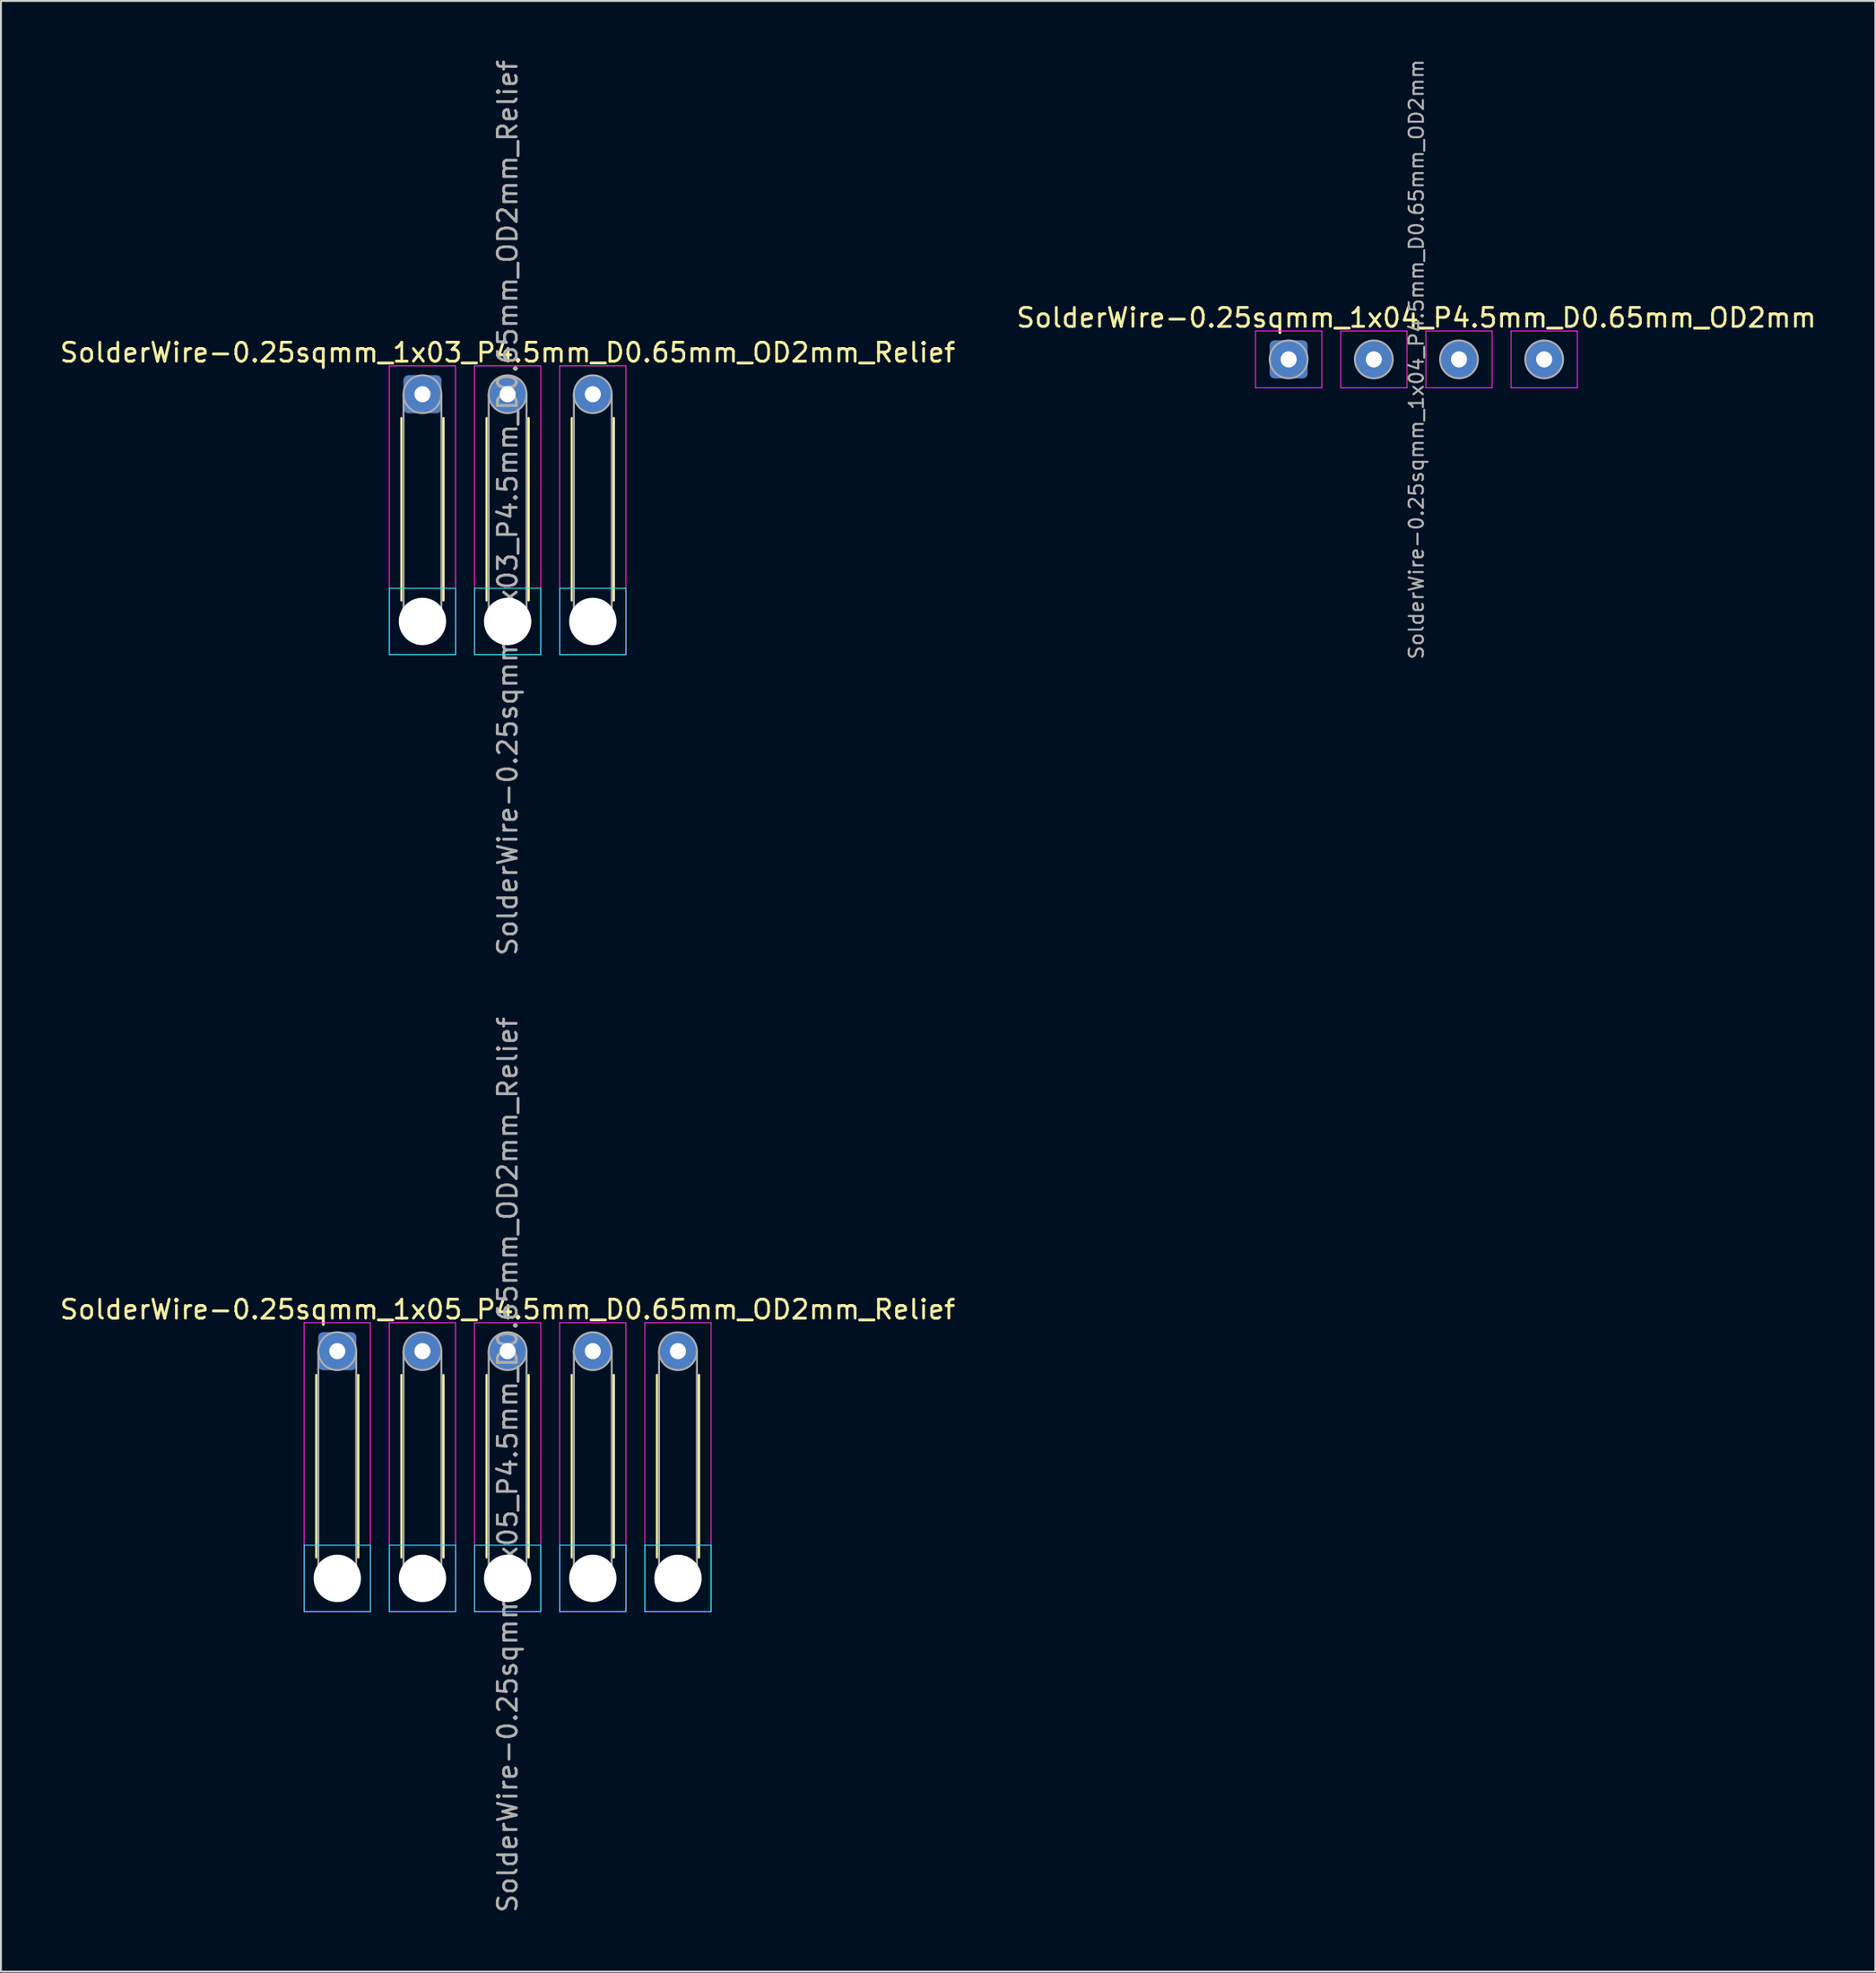
<source format=kicad_pcb>
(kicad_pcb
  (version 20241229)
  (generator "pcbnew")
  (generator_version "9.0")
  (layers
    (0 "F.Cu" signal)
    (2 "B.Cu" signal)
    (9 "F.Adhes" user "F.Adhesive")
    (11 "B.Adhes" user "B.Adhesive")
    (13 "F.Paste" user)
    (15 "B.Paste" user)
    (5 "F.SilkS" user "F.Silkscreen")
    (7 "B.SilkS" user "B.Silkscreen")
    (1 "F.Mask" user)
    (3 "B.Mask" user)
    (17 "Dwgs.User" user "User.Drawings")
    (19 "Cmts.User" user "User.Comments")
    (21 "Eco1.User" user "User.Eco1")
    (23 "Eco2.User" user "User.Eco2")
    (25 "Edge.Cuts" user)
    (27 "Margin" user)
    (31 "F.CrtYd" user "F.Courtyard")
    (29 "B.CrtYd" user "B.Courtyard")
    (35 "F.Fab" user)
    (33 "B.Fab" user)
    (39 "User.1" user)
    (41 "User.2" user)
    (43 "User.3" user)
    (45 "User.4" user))
  (footprint "SolderWire-0.25sqmm_1x03_P4.5mm_D0.65mm_OD2mm_Relief"
    (layer "F.Cu")
    (at 19.268 17.768)
    (property "Reference" "SolderWire-0.25sqmm_1x03_P4.5mm_D0.65mm_OD2mm_Relief" (at 4.5 -2.2 0) (layer "F.SilkS") (effects (font (size 1 1) (thickness 0.15))))
    (attr exclude_from_pos_files exclude_from_bom)
    (fp_line (start -1.11 1.26) (end -1.11 10.89) (stroke (width 0.12) (type solid)) (layer "F.SilkS"))
    (fp_line (start 1.11 1.26) (end 1.11 10.89) (stroke (width 0.12) (type solid)) (layer "F.SilkS"))
    (fp_line (start 3.39 1.26) (end 3.39 10.89) (stroke (width 0.12) (type solid)) (layer "F.SilkS"))
    (fp_line (start 5.61 1.26) (end 5.61 10.89) (stroke (width 0.12) (type solid)) (layer "F.SilkS"))
    (fp_line (start 7.89 1.26) (end 7.89 10.89) (stroke (width 0.12) (type solid)) (layer "F.SilkS"))
    (fp_line (start 10.11 1.26) (end 10.11 10.89) (stroke (width 0.12) (type solid)) (layer "F.SilkS"))
    (fp_line (start -1.75 10.25) (end -1.75 13.75) (stroke (width 0.05) (type solid)) (layer "B.CrtYd"))
    (fp_line (start -1.75 13.75) (end 1.75 13.75) (stroke (width 0.05) (type solid)) (layer "B.CrtYd"))
    (fp_line (start 1.75 10.25) (end -1.75 10.25) (stroke (width 0.05) (type solid)) (layer "B.CrtYd"))
    (fp_line (start 1.75 13.75) (end 1.75 10.25) (stroke (width 0.05) (type solid)) (layer "B.CrtYd"))
    (fp_line (start 2.75 10.25) (end 2.75 13.75) (stroke (width 0.05) (type solid)) (layer "B.CrtYd"))
    (fp_line (start 2.75 13.75) (end 6.25 13.75) (stroke (width 0.05) (type solid)) (layer "B.CrtYd"))
    (fp_line (start 6.25 10.25) (end 2.75 10.25) (stroke (width 0.05) (type solid)) (layer "B.CrtYd"))
    (fp_line (start 6.25 13.75) (end 6.25 10.25) (stroke (width 0.05) (type solid)) (layer "B.CrtYd"))
    (fp_line (start 7.25 10.25) (end 7.25 13.75) (stroke (width 0.05) (type solid)) (layer "B.CrtYd"))
    (fp_line (start 7.25 13.75) (end 10.75 13.75) (stroke (width 0.05) (type solid)) (layer "B.CrtYd"))
    (fp_line (start 10.75 10.25) (end 7.25 10.25) (stroke (width 0.05) (type solid)) (layer "B.CrtYd"))
    (fp_line (start 10.75 13.75) (end 10.75 10.25) (stroke (width 0.05) (type solid)) (layer "B.CrtYd"))
    (fp_line (start -1.75 -1.5) (end -1.75 13.75) (stroke (width 0.05) (type solid)) (layer "F.CrtYd"))
    (fp_line (start -1.75 13.75) (end 1.75 13.75) (stroke (width 0.05) (type solid)) (layer "F.CrtYd"))
    (fp_line (start 1.75 -1.5) (end -1.75 -1.5) (stroke (width 0.05) (type solid)) (layer "F.CrtYd"))
    (fp_line (start 1.75 13.75) (end 1.75 -1.5) (stroke (width 0.05) (type solid)) (layer "F.CrtYd"))
    (fp_line (start 2.75 -1.5) (end 2.75 13.75) (stroke (width 0.05) (type solid)) (layer "F.CrtYd"))
    (fp_line (start 2.75 13.75) (end 6.25 13.75) (stroke (width 0.05) (type solid)) (layer "F.CrtYd"))
    (fp_line (start 6.25 -1.5) (end 2.75 -1.5) (stroke (width 0.05) (type solid)) (layer "F.CrtYd"))
    (fp_line (start 6.25 13.75) (end 6.25 -1.5) (stroke (width 0.05) (type solid)) (layer "F.CrtYd"))
    (fp_line (start 7.25 -1.5) (end 7.25 13.75) (stroke (width 0.05) (type solid)) (layer "F.CrtYd"))
    (fp_line (start 7.25 13.75) (end 10.75 13.75) (stroke (width 0.05) (type solid)) (layer "F.CrtYd"))
    (fp_line (start 10.75 -1.5) (end 7.25 -1.5) (stroke (width 0.05) (type solid)) (layer "F.CrtYd"))
    (fp_line (start 10.75 13.75) (end 10.75 -1.5) (stroke (width 0.05) (type solid)) (layer "F.CrtYd"))
    (fp_line (start -1 0) (end -1 12) (stroke (width 0.1) (type solid)) (layer "F.Fab"))
    (fp_line (start 1 0) (end 1 12) (stroke (width 0.1) (type solid)) (layer "F.Fab"))
    (fp_line (start 3.5 0) (end 3.5 12) (stroke (width 0.1) (type solid)) (layer "F.Fab"))
    (fp_line (start 5.5 0) (end 5.5 12) (stroke (width 0.1) (type solid)) (layer "F.Fab"))
    (fp_line (start 8 0) (end 8 12) (stroke (width 0.1) (type solid)) (layer "F.Fab"))
    (fp_line (start 10 0) (end 10 12) (stroke (width 0.1) (type solid)) (layer "F.Fab"))
    (fp_circle (center 0 0) (end 1 0) (stroke (width 0.1) (type solid)) (fill no) (layer "F.Fab"))
    (fp_circle (center 0 12) (end 1 12) (stroke (width 0.1) (type solid)) (fill no) (layer "F.Fab"))
    (fp_circle (center 4.5 0) (end 5.5 0) (stroke (width 0.1) (type solid)) (fill no) (layer "F.Fab"))
    (fp_circle (center 4.5 12) (end 5.5 12) (stroke (width 0.1) (type solid)) (fill no) (layer "F.Fab"))
    (fp_circle (center 9 0) (end 10 0) (stroke (width 0.1) (type solid)) (fill no) (layer "F.Fab"))
    (fp_circle (center 9 12) (end 10 12) (stroke (width 0.1) (type solid)) (fill no) (layer "F.Fab"))
    (fp_text user "${REFERENCE}" (at 4.5 6 90) (layer "F.Fab") (effects (font (size 1 1) (thickness 0.15))))
    (pad "" np_thru_hole circle (at 0 12) (size 2.5 2.5) (drill 2.5) (layers "*.Cu" "*.Mask"))
    (pad "" np_thru_hole circle (at 4.5 12) (size 2.5 2.5) (drill 2.5) (layers "*.Cu" "*.Mask"))
    (pad "" np_thru_hole circle (at 9 12) (size 2.5 2.5) (drill 2.5) (layers "*.Cu" "*.Mask"))
    (pad "1" thru_hole roundrect (at 0 0) (size 2 2) (drill 0.85) (layers "*.Cu" "*.Mask") (roundrect_rratio 0.125))
    (pad "2" thru_hole circle (at 4.5 0) (size 2 2) (drill 0.85) (layers "*.Cu" "*.Mask"))
    (pad "3" thru_hole circle (at 9 0) (size 2 2) (drill 0.85) (layers "*.Cu" "*.Mask")))
  (footprint "SolderWire-0.25sqmm_1x04_P4.5mm_D0.65mm_OD2mm"
    (layer "F.Cu")
    (at 65.03 15.929)
    (property "Reference" "SolderWire-0.25sqmm_1x04_P4.5mm_D0.65mm_OD2mm" (at 6.75 -2.2 0) (layer "F.SilkS") (effects (font (size 1 1) (thickness 0.15))))
    (attr exclude_from_pos_files exclude_from_bom)
    (fp_line (start -1.75 -1.5) (end -1.75 1.5) (stroke (width 0.05) (type solid)) (layer "F.CrtYd"))
    (fp_line (start -1.75 1.5) (end 1.75 1.5) (stroke (width 0.05) (type solid)) (layer "F.CrtYd"))
    (fp_line (start 1.75 -1.5) (end -1.75 -1.5) (stroke (width 0.05) (type solid)) (layer "F.CrtYd"))
    (fp_line (start 1.75 1.5) (end 1.75 -1.5) (stroke (width 0.05) (type solid)) (layer "F.CrtYd"))
    (fp_line (start 2.75 -1.5) (end 2.75 1.5) (stroke (width 0.05) (type solid)) (layer "F.CrtYd"))
    (fp_line (start 2.75 1.5) (end 6.25 1.5) (stroke (width 0.05) (type solid)) (layer "F.CrtYd"))
    (fp_line (start 6.25 -1.5) (end 2.75 -1.5) (stroke (width 0.05) (type solid)) (layer "F.CrtYd"))
    (fp_line (start 6.25 1.5) (end 6.25 -1.5) (stroke (width 0.05) (type solid)) (layer "F.CrtYd"))
    (fp_line (start 7.25 -1.5) (end 7.25 1.5) (stroke (width 0.05) (type solid)) (layer "F.CrtYd"))
    (fp_line (start 7.25 1.5) (end 10.75 1.5) (stroke (width 0.05) (type solid)) (layer "F.CrtYd"))
    (fp_line (start 10.75 -1.5) (end 7.25 -1.5) (stroke (width 0.05) (type solid)) (layer "F.CrtYd"))
    (fp_line (start 10.75 1.5) (end 10.75 -1.5) (stroke (width 0.05) (type solid)) (layer "F.CrtYd"))
    (fp_line (start 11.75 -1.5) (end 11.75 1.5) (stroke (width 0.05) (type solid)) (layer "F.CrtYd"))
    (fp_line (start 11.75 1.5) (end 15.25 1.5) (stroke (width 0.05) (type solid)) (layer "F.CrtYd"))
    (fp_line (start 15.25 -1.5) (end 11.75 -1.5) (stroke (width 0.05) (type solid)) (layer "F.CrtYd"))
    (fp_line (start 15.25 1.5) (end 15.25 -1.5) (stroke (width 0.05) (type solid)) (layer "F.CrtYd"))
    (fp_circle (center 0 0) (end 1 0) (stroke (width 0.1) (type solid)) (fill no) (layer "F.Fab"))
    (fp_circle (center 4.5 0) (end 5.5 0) (stroke (width 0.1) (type solid)) (fill no) (layer "F.Fab"))
    (fp_circle (center 9 0) (end 10 0) (stroke (width 0.1) (type solid)) (fill no) (layer "F.Fab"))
    (fp_circle (center 13.5 0) (end 14.5 0) (stroke (width 0.1) (type solid)) (fill no) (layer "F.Fab"))
    (fp_text user "${REFERENCE}" (at 6.75 0 90) (layer "F.Fab") (effects (font (size 0.75 0.75) (thickness 0.11))))
    (pad "1" thru_hole roundrect (at 0 0) (size 2 2) (drill 0.85) (layers "*.Cu" "*.Mask") (roundrect_rratio 0.125))
    (pad "2" thru_hole circle (at 4.5 0) (size 2 2) (drill 0.85) (layers "*.Cu" "*.Mask"))
    (pad "3" thru_hole circle (at 9 0) (size 2 2) (drill 0.85) (layers "*.Cu" "*.Mask"))
    (pad "4" thru_hole circle (at 13.5 0) (size 2 2) (drill 0.85) (layers "*.Cu" "*.Mask")))
  (footprint "SolderWire-0.25sqmm_1x05_P4.5mm_D0.65mm_OD2mm_Relief"
    (layer "F.Cu")
    (at 14.768 68.304)
    (property "Reference" "SolderWire-0.25sqmm_1x05_P4.5mm_D0.65mm_OD2mm_Relief" (at 9 -2.2 0) (layer "F.SilkS") (effects (font (size 1 1) (thickness 0.15))))
    (attr exclude_from_pos_files exclude_from_bom)
    (fp_line (start -1.11 1.26) (end -1.11 10.89) (stroke (width 0.12) (type solid)) (layer "F.SilkS"))
    (fp_line (start 1.11 1.26) (end 1.11 10.89) (stroke (width 0.12) (type solid)) (layer "F.SilkS"))
    (fp_line (start 3.39 1.26) (end 3.39 10.89) (stroke (width 0.12) (type solid)) (layer "F.SilkS"))
    (fp_line (start 5.61 1.26) (end 5.61 10.89) (stroke (width 0.12) (type solid)) (layer "F.SilkS"))
    (fp_line (start 7.89 1.26) (end 7.89 10.89) (stroke (width 0.12) (type solid)) (layer "F.SilkS"))
    (fp_line (start 10.11 1.26) (end 10.11 10.89) (stroke (width 0.12) (type solid)) (layer "F.SilkS"))
    (fp_line (start 12.39 1.26) (end 12.39 10.89) (stroke (width 0.12) (type solid)) (layer "F.SilkS"))
    (fp_line (start 14.61 1.26) (end 14.61 10.89) (stroke (width 0.12) (type solid)) (layer "F.SilkS"))
    (fp_line (start 16.89 1.26) (end 16.89 10.89) (stroke (width 0.12) (type solid)) (layer "F.SilkS"))
    (fp_line (start 19.11 1.26) (end 19.11 10.89) (stroke (width 0.12) (type solid)) (layer "F.SilkS"))
    (fp_line (start -1.75 10.25) (end -1.75 13.75) (stroke (width 0.05) (type solid)) (layer "B.CrtYd"))
    (fp_line (start -1.75 13.75) (end 1.75 13.75) (stroke (width 0.05) (type solid)) (layer "B.CrtYd"))
    (fp_line (start 1.75 10.25) (end -1.75 10.25) (stroke (width 0.05) (type solid)) (layer "B.CrtYd"))
    (fp_line (start 1.75 13.75) (end 1.75 10.25) (stroke (width 0.05) (type solid)) (layer "B.CrtYd"))
    (fp_line (start 2.75 10.25) (end 2.75 13.75) (stroke (width 0.05) (type solid)) (layer "B.CrtYd"))
    (fp_line (start 2.75 13.75) (end 6.25 13.75) (stroke (width 0.05) (type solid)) (layer "B.CrtYd"))
    (fp_line (start 6.25 10.25) (end 2.75 10.25) (stroke (width 0.05) (type solid)) (layer "B.CrtYd"))
    (fp_line (start 6.25 13.75) (end 6.25 10.25) (stroke (width 0.05) (type solid)) (layer "B.CrtYd"))
    (fp_line (start 7.25 10.25) (end 7.25 13.75) (stroke (width 0.05) (type solid)) (layer "B.CrtYd"))
    (fp_line (start 7.25 13.75) (end 10.75 13.75) (stroke (width 0.05) (type solid)) (layer "B.CrtYd"))
    (fp_line (start 10.75 10.25) (end 7.25 10.25) (stroke (width 0.05) (type solid)) (layer "B.CrtYd"))
    (fp_line (start 10.75 13.75) (end 10.75 10.25) (stroke (width 0.05) (type solid)) (layer "B.CrtYd"))
    (fp_line (start 11.75 10.25) (end 11.75 13.75) (stroke (width 0.05) (type solid)) (layer "B.CrtYd"))
    (fp_line (start 11.75 13.75) (end 15.25 13.75) (stroke (width 0.05) (type solid)) (layer "B.CrtYd"))
    (fp_line (start 15.25 10.25) (end 11.75 10.25) (stroke (width 0.05) (type solid)) (layer "B.CrtYd"))
    (fp_line (start 15.25 13.75) (end 15.25 10.25) (stroke (width 0.05) (type solid)) (layer "B.CrtYd"))
    (fp_line (start 16.25 10.25) (end 16.25 13.75) (stroke (width 0.05) (type solid)) (layer "B.CrtYd"))
    (fp_line (start 16.25 13.75) (end 19.75 13.75) (stroke (width 0.05) (type solid)) (layer "B.CrtYd"))
    (fp_line (start 19.75 10.25) (end 16.25 10.25) (stroke (width 0.05) (type solid)) (layer "B.CrtYd"))
    (fp_line (start 19.75 13.75) (end 19.75 10.25) (stroke (width 0.05) (type solid)) (layer "B.CrtYd"))
    (fp_line (start -1.75 -1.5) (end -1.75 13.75) (stroke (width 0.05) (type solid)) (layer "F.CrtYd"))
    (fp_line (start -1.75 13.75) (end 1.75 13.75) (stroke (width 0.05) (type solid)) (layer "F.CrtYd"))
    (fp_line (start 1.75 -1.5) (end -1.75 -1.5) (stroke (width 0.05) (type solid)) (layer "F.CrtYd"))
    (fp_line (start 1.75 13.75) (end 1.75 -1.5) (stroke (width 0.05) (type solid)) (layer "F.CrtYd"))
    (fp_line (start 2.75 -1.5) (end 2.75 13.75) (stroke (width 0.05) (type solid)) (layer "F.CrtYd"))
    (fp_line (start 2.75 13.75) (end 6.25 13.75) (stroke (width 0.05) (type solid)) (layer "F.CrtYd"))
    (fp_line (start 6.25 -1.5) (end 2.75 -1.5) (stroke (width 0.05) (type solid)) (layer "F.CrtYd"))
    (fp_line (start 6.25 13.75) (end 6.25 -1.5) (stroke (width 0.05) (type solid)) (layer "F.CrtYd"))
    (fp_line (start 7.25 -1.5) (end 7.25 13.75) (stroke (width 0.05) (type solid)) (layer "F.CrtYd"))
    (fp_line (start 7.25 13.75) (end 10.75 13.75) (stroke (width 0.05) (type solid)) (layer "F.CrtYd"))
    (fp_line (start 10.75 -1.5) (end 7.25 -1.5) (stroke (width 0.05) (type solid)) (layer "F.CrtYd"))
    (fp_line (start 10.75 13.75) (end 10.75 -1.5) (stroke (width 0.05) (type solid)) (layer "F.CrtYd"))
    (fp_line (start 11.75 -1.5) (end 11.75 13.75) (stroke (width 0.05) (type solid)) (layer "F.CrtYd"))
    (fp_line (start 11.75 13.75) (end 15.25 13.75) (stroke (width 0.05) (type solid)) (layer "F.CrtYd"))
    (fp_line (start 15.25 -1.5) (end 11.75 -1.5) (stroke (width 0.05) (type solid)) (layer "F.CrtYd"))
    (fp_line (start 15.25 13.75) (end 15.25 -1.5) (stroke (width 0.05) (type solid)) (layer "F.CrtYd"))
    (fp_line (start 16.25 -1.5) (end 16.25 13.75) (stroke (width 0.05) (type solid)) (layer "F.CrtYd"))
    (fp_line (start 16.25 13.75) (end 19.75 13.75) (stroke (width 0.05) (type solid)) (layer "F.CrtYd"))
    (fp_line (start 19.75 -1.5) (end 16.25 -1.5) (stroke (width 0.05) (type solid)) (layer "F.CrtYd"))
    (fp_line (start 19.75 13.75) (end 19.75 -1.5) (stroke (width 0.05) (type solid)) (layer "F.CrtYd"))
    (fp_line (start -1 0) (end -1 12) (stroke (width 0.1) (type solid)) (layer "F.Fab"))
    (fp_line (start 1 0) (end 1 12) (stroke (width 0.1) (type solid)) (layer "F.Fab"))
    (fp_line (start 3.5 0) (end 3.5 12) (stroke (width 0.1) (type solid)) (layer "F.Fab"))
    (fp_line (start 5.5 0) (end 5.5 12) (stroke (width 0.1) (type solid)) (layer "F.Fab"))
    (fp_line (start 8 0) (end 8 12) (stroke (width 0.1) (type solid)) (layer "F.Fab"))
    (fp_line (start 10 0) (end 10 12) (stroke (width 0.1) (type solid)) (layer "F.Fab"))
    (fp_line (start 12.5 0) (end 12.5 12) (stroke (width 0.1) (type solid)) (layer "F.Fab"))
    (fp_line (start 14.5 0) (end 14.5 12) (stroke (width 0.1) (type solid)) (layer "F.Fab"))
    (fp_line (start 17 0) (end 17 12) (stroke (width 0.1) (type solid)) (layer "F.Fab"))
    (fp_line (start 19 0) (end 19 12) (stroke (width 0.1) (type solid)) (layer "F.Fab"))
    (fp_circle (center 0 0) (end 1 0) (stroke (width 0.1) (type solid)) (fill no) (layer "F.Fab"))
    (fp_circle (center 0 12) (end 1 12) (stroke (width 0.1) (type solid)) (fill no) (layer "F.Fab"))
    (fp_circle (center 4.5 0) (end 5.5 0) (stroke (width 0.1) (type solid)) (fill no) (layer "F.Fab"))
    (fp_circle (center 4.5 12) (end 5.5 12) (stroke (width 0.1) (type solid)) (fill no) (layer "F.Fab"))
    (fp_circle (center 9 0) (end 10 0) (stroke (width 0.1) (type solid)) (fill no) (layer "F.Fab"))
    (fp_circle (center 9 12) (end 10 12) (stroke (width 0.1) (type solid)) (fill no) (layer "F.Fab"))
    (fp_circle (center 13.5 0) (end 14.5 0) (stroke (width 0.1) (type solid)) (fill no) (layer "F.Fab"))
    (fp_circle (center 13.5 12) (end 14.5 12) (stroke (width 0.1) (type solid)) (fill no) (layer "F.Fab"))
    (fp_circle (center 18 0) (end 19 0) (stroke (width 0.1) (type solid)) (fill no) (layer "F.Fab"))
    (fp_circle (center 18 12) (end 19 12) (stroke (width 0.1) (type solid)) (fill no) (layer "F.Fab"))
    (fp_text user "${REFERENCE}" (at 9 6 90) (layer "F.Fab") (effects (font (size 1 1) (thickness 0.15))))
    (pad "" np_thru_hole circle (at 0 12) (size 2.5 2.5) (drill 2.5) (layers "*.Cu" "*.Mask"))
    (pad "" np_thru_hole circle (at 4.5 12) (size 2.5 2.5) (drill 2.5) (layers "*.Cu" "*.Mask"))
    (pad "" np_thru_hole circle (at 9 12) (size 2.5 2.5) (drill 2.5) (layers "*.Cu" "*.Mask"))
    (pad "" np_thru_hole circle (at 13.5 12) (size 2.5 2.5) (drill 2.5) (layers "*.Cu" "*.Mask"))
    (pad "" np_thru_hole circle (at 18 12) (size 2.5 2.5) (drill 2.5) (layers "*.Cu" "*.Mask"))
    (pad "1" thru_hole roundrect (at 0 0) (size 2 2) (drill 0.85) (layers "*.Cu" "*.Mask") (roundrect_rratio 0.125))
    (pad "2" thru_hole circle (at 4.5 0) (size 2 2) (drill 0.85) (layers "*.Cu" "*.Mask"))
    (pad "3" thru_hole circle (at 9 0) (size 2 2) (drill 0.85) (layers "*.Cu" "*.Mask"))
    (pad "4" thru_hole circle (at 13.5 0) (size 2 2) (drill 0.85) (layers "*.Cu" "*.Mask"))
    (pad "5" thru_hole circle (at 18 0) (size 2 2) (drill 0.85) (layers "*.Cu" "*.Mask")))
  (gr_rect
    (start -3 -3)
    (end 96.024 101.071)
    (stroke (width 0.1) (type default))
    (fill no)
    (layer "Edge.Cuts")))
</source>
